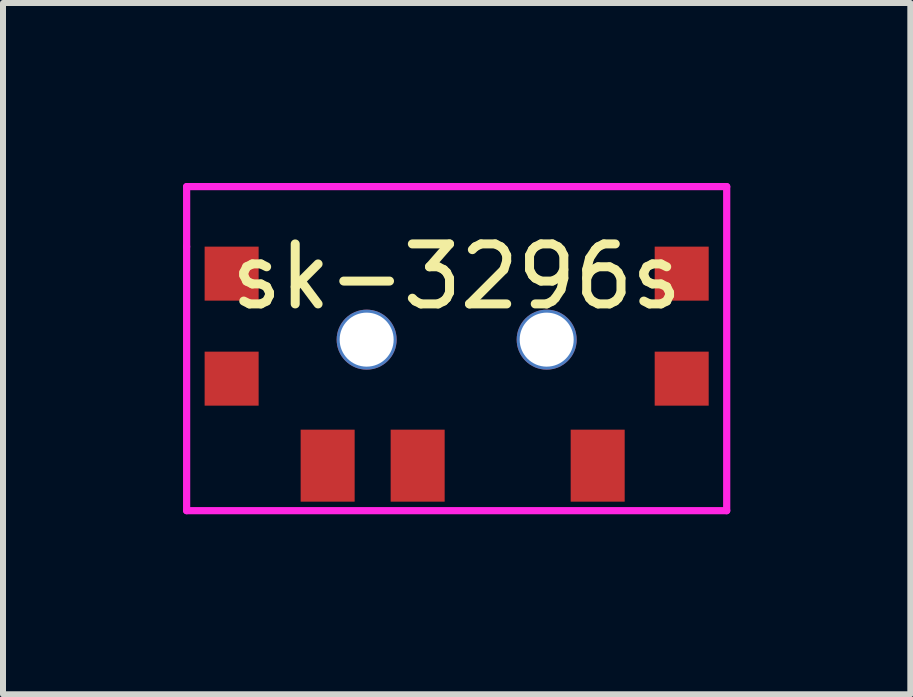
<source format=kicad_pcb>
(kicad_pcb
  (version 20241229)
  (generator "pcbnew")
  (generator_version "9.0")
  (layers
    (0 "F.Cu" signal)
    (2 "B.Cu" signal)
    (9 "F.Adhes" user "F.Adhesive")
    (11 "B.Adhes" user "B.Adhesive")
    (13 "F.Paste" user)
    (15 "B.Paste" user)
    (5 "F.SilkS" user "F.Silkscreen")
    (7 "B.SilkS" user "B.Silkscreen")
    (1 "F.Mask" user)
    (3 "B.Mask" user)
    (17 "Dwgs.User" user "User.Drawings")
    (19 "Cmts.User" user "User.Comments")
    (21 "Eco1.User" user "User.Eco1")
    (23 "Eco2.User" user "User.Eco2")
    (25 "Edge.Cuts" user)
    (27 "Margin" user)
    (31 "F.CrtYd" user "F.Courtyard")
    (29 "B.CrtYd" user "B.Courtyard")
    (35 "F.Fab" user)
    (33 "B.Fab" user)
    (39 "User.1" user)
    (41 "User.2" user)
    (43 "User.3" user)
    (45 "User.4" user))
  (footprint "sk-3296s"
    (layer "F.Cu")
    (at 4.56 1.06)
    (property "Reference" "sk-3296s" (at 0 0.5 0) (layer "F.SilkS") (effects (font (size 1 1) (thickness 0.15))))
    (attr through_hole)
    (fp_line (start -4.5 -1) (end -4.5 0) (stroke (width 0.12) (type solid)) (layer "F.CrtYd"))
    (fp_line (start -4.5 0) (end -4.5 4.4) (stroke (width 0.12) (type solid)) (layer "F.CrtYd"))
    (fp_line (start -4.5 4.4) (end 4.5 4.4) (stroke (width 0.12) (type solid)) (layer "F.CrtYd"))
    (fp_line (start 4.5 -1) (end -4.5 -1) (stroke (width 0.12) (type solid)) (layer "F.CrtYd"))
    (fp_line (start 4.5 4.4) (end 4.5 -1) (stroke (width 0.12) (type solid)) (layer "F.CrtYd"))
    (pad "" np_thru_hole circle (at -1.5 1.55) (size 1 1) (drill 0.9) (layers "*.Cu" "*.Mask"))
    (pad "" np_thru_hole circle (at 1.5 1.55) (size 1 1) (drill 0.9) (layers "*.Cu" "*.Mask"))
    (pad "1" smd rect (at -2.15 3.65) (size 0.9 1.2) (layers "F.Cu" "F.Mask" "F.Paste"))
    (pad "2" smd rect (at -0.65 3.65) (size 0.9 1.2) (layers "F.Cu" "F.Mask" "F.Paste"))
    (pad "3" smd rect (at 2.35 3.65) (size 0.9 1.2) (layers "F.Cu" "F.Mask" "F.Paste"))
    (pad "MP" smd rect (at -3.75 0.45) (size 0.9 0.9) (layers "F.Cu" "F.Mask" "F.Paste"))
    (pad "MP" smd rect (at -3.75 2.2) (size 0.9 0.9) (layers "F.Cu" "F.Mask" "F.Paste"))
    (pad "MP" smd rect (at 3.75 0.45) (size 0.9 0.9) (layers "F.Cu" "F.Mask" "F.Paste"))
    (pad "MP" smd rect (at 3.75 2.2) (size 0.9 0.9) (layers "F.Cu" "F.Mask" "F.Paste")))
  (gr_rect
    (start -3 -3)
    (end 12.12 8.52)
    (stroke (width 0.1) (type default))
    (fill no)
    (layer "Edge.Cuts")))
</source>
